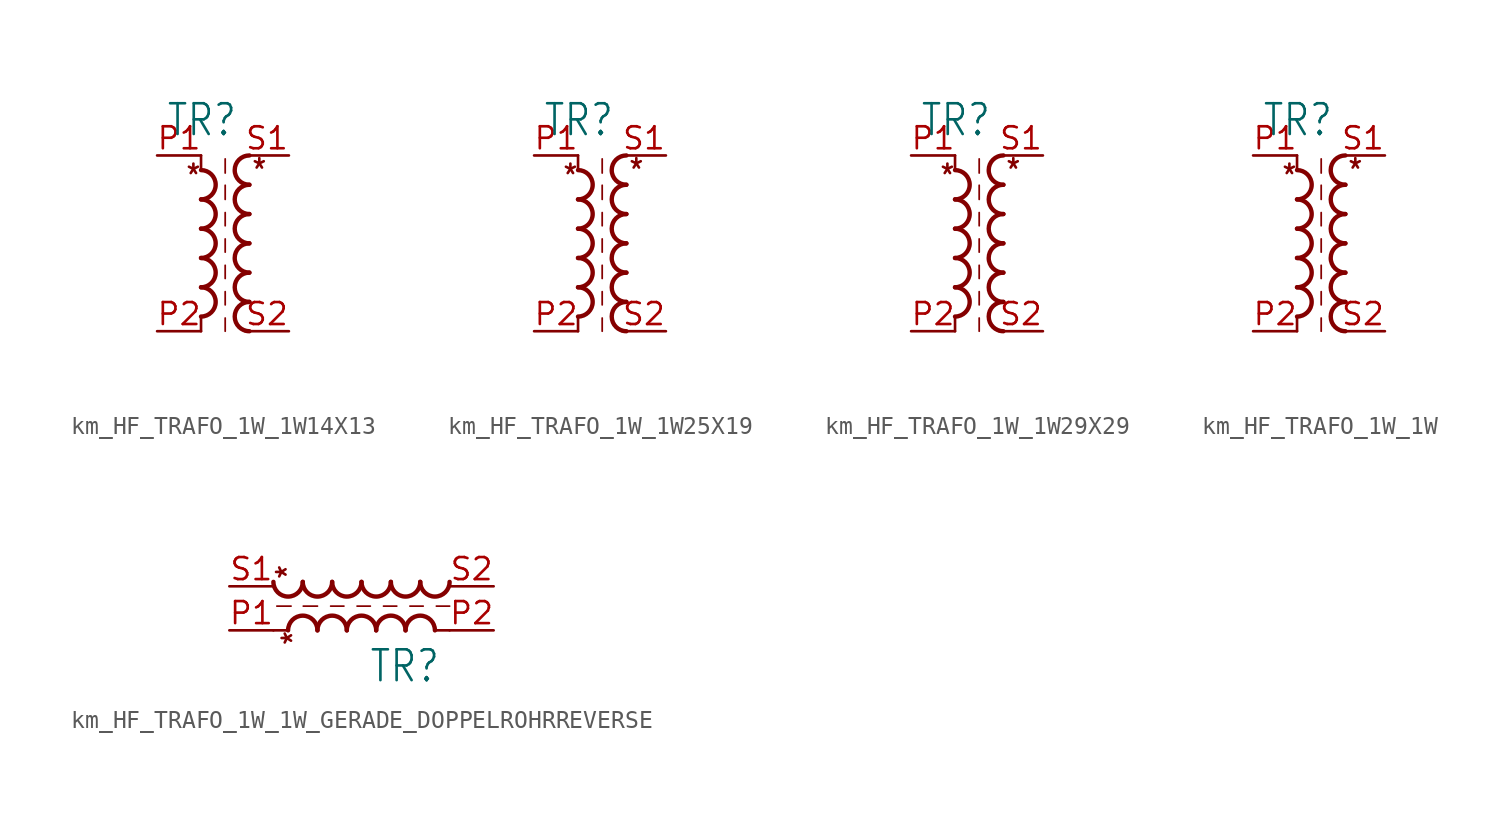
<source format=kicad_sym>
(kicad_symbol_lib
  (version 20231120)
  (generator "kicad_symbol_editor")
  (generator_version "8.0")
  (symbol "km_HF_TRAFO_1W_1W14X13"
    (property "Reference" "TR"
      (at -4.572 6.096 0)
      (effects (font (size 1.778 1.511)) (justify left bottom)))
    (property "Value" ""
      (at -4.572 -7.874 0)
      (effects (font (size 1.778 1.511)) (justify left bottom)))
    (property "ki_locked" ""
      (at 0 0 0)
      (effects (font (size 1.27 1.27))))
    (symbol "km_HF_TRAFO_1W_1W14X13_1_0"
      (arc (start -2.54 -4.2334) (mid -1.6933 -3.3867) (end -2.54 -2.54) (stroke (width 0.254) (type solid)) (fill (type none)))
      (arc (start -2.54 -2.54) (mid -1.6933 -1.6933) (end -2.54 -0.8466) (stroke (width 0.254) (type solid)) (fill (type none)))
      (arc (start -2.54 -0.8466) (mid -1.6934 0) (end -2.54 0.8466) (stroke (width 0.254) (type solid)) (fill (type none)))
      (arc (start -2.54 0.8466) (mid -1.6933 1.6933) (end -2.54 2.54) (stroke (width 0.254) (type solid)) (fill (type none)))
      (arc (start -2.54 2.54) (mid -1.6933 3.3867) (end -2.54 4.2334) (stroke (width 0.254) (type solid)) (fill (type none)))
      (polyline (pts (xy -2.54 -4.318) (xy -2.54 -5.08)) (stroke (width 0.152) (type solid)) (fill (type none)))
      (polyline (pts (xy -2.54 5.08) (xy -2.54 4.318)) (stroke (width 0.152) (type solid)) (fill (type none)))
      (polyline (pts (xy -1.143 -5.08) (xy -1.143 -4.318)) (stroke (width 0.102) (type solid)) (fill (type none)))
      (polyline (pts (xy -1.143 -3.556) (xy -1.143 -2.794)) (stroke (width 0.102) (type solid)) (fill (type none)))
      (polyline (pts (xy -1.143 -2.032) (xy -1.143 -1.27)) (stroke (width 0.102) (type solid)) (fill (type none)))
      (polyline (pts (xy -1.143 -0.508) (xy -1.143 0.254)) (stroke (width 0.102) (type solid)) (fill (type none)))
      (polyline (pts (xy -1.143 1.016) (xy -1.143 1.778)) (stroke (width 0.102) (type solid)) (fill (type none)))
      (polyline (pts (xy -1.143 2.54) (xy -1.143 3.356)) (stroke (width 0.102) (type solid)) (fill (type none)))
      (polyline (pts (xy -1.143 4.064) (xy -1.143 4.88)) (stroke (width 0.102) (type solid)) (fill (type none)))
      (arc (start 0.254 -3.3866) (mid -0.5927 -4.2333) (end 0.254 -5.08) (stroke (width 0.254) (type solid)) (fill (type none)))
      (arc (start 0.254 -1.6934) (mid -0.5926 -2.54) (end 0.254 -3.3866) (stroke (width 0.254) (type solid)) (fill (type none)))
      (arc (start 0.254 0) (mid -0.5927 -0.8467) (end 0.254 -1.6934) (stroke (width 0.254) (type solid)) (fill (type none)))
      (arc (start 0.254 1.6934) (mid -0.5927 0.8467) (end 0.254 0) (stroke (width 0.254) (type solid)) (fill (type none)))
      (arc (start 0.254 3.3866) (mid -0.5927 2.5399) (end 0.254 1.6932) (stroke (width 0.254) (type solid)) (fill (type none)))
      (arc (start 0.254 5.08) (mid -0.5927 4.2333) (end 0.254 3.3866) (stroke (width 0.254) (type solid)) (fill (type none)))
      (text "*" (at -3.493 3.175 0) (effects (font (size 1.27 1.079)) (justify left bottom)))
      (text "*" (at 0.318 3.493 0) (effects (font (size 1.27 1.079)) (justify left bottom)))
      (pin passive line (at -5.08 5.08 0) (length 2.54) (name "P1" (effects (font (size 0 0)))) (number "P1" (effects (font (size 1.27 1.27)))))
      (pin passive line (at -5.08 -5.08 0) (length 2.54) (name "P2" (effects (font (size 0 0)))) (number "P2" (effects (font (size 1.27 1.27)))))
      (pin passive line (at 2.54 5.08 180) (length 2.54) (name "S1" (effects (font (size 0 0)))) (number "S1" (effects (font (size 1.27 1.27)))))
      (pin passive line (at 2.54 -5.08 180) (length 2.54) (name "S2" (effects (font (size 0 0)))) (number "S2" (effects (font (size 1.27 1.27)))))))
  (symbol "km_HF_TRAFO_1W_1W25X19"
    (property "Reference" "TR"
      (at -4.572 6.096 0)
      (effects (font (size 1.778 1.511)) (justify left bottom)))
    (property "Value" ""
      (at -4.572 -7.874 0)
      (effects (font (size 1.778 1.511)) (justify left bottom)))
    (property "ki_locked" ""
      (at 0 0 0)
      (effects (font (size 1.27 1.27))))
    (symbol "km_HF_TRAFO_1W_1W25X19_1_0"
      (arc (start -2.54 -4.2334) (mid -1.6933 -3.3867) (end -2.54 -2.54) (stroke (width 0.254) (type solid)) (fill (type none)))
      (arc (start -2.54 -2.54) (mid -1.6933 -1.6933) (end -2.54 -0.8466) (stroke (width 0.254) (type solid)) (fill (type none)))
      (arc (start -2.54 -0.8466) (mid -1.6934 0) (end -2.54 0.8466) (stroke (width 0.254) (type solid)) (fill (type none)))
      (arc (start -2.54 0.8466) (mid -1.6933 1.6933) (end -2.54 2.54) (stroke (width 0.254) (type solid)) (fill (type none)))
      (arc (start -2.54 2.54) (mid -1.6933 3.3867) (end -2.54 4.2334) (stroke (width 0.254) (type solid)) (fill (type none)))
      (polyline (pts (xy -2.54 -4.318) (xy -2.54 -5.08)) (stroke (width 0.152) (type solid)) (fill (type none)))
      (polyline (pts (xy -2.54 5.08) (xy -2.54 4.318)) (stroke (width 0.152) (type solid)) (fill (type none)))
      (polyline (pts (xy -1.143 -5.08) (xy -1.143 -4.318)) (stroke (width 0.102) (type solid)) (fill (type none)))
      (polyline (pts (xy -1.143 -3.556) (xy -1.143 -2.794)) (stroke (width 0.102) (type solid)) (fill (type none)))
      (polyline (pts (xy -1.143 -2.032) (xy -1.143 -1.27)) (stroke (width 0.102) (type solid)) (fill (type none)))
      (polyline (pts (xy -1.143 -0.508) (xy -1.143 0.254)) (stroke (width 0.102) (type solid)) (fill (type none)))
      (polyline (pts (xy -1.143 1.016) (xy -1.143 1.778)) (stroke (width 0.102) (type solid)) (fill (type none)))
      (polyline (pts (xy -1.143 2.54) (xy -1.143 3.356)) (stroke (width 0.102) (type solid)) (fill (type none)))
      (polyline (pts (xy -1.143 4.064) (xy -1.143 4.88)) (stroke (width 0.102) (type solid)) (fill (type none)))
      (arc (start 0.254 -3.3866) (mid -0.5927 -4.2333) (end 0.254 -5.08) (stroke (width 0.254) (type solid)) (fill (type none)))
      (arc (start 0.254 -1.6934) (mid -0.5926 -2.54) (end 0.254 -3.3866) (stroke (width 0.254) (type solid)) (fill (type none)))
      (arc (start 0.254 0) (mid -0.5927 -0.8467) (end 0.254 -1.6934) (stroke (width 0.254) (type solid)) (fill (type none)))
      (arc (start 0.254 1.6934) (mid -0.5927 0.8467) (end 0.254 0) (stroke (width 0.254) (type solid)) (fill (type none)))
      (arc (start 0.254 3.3866) (mid -0.5927 2.5399) (end 0.254 1.6932) (stroke (width 0.254) (type solid)) (fill (type none)))
      (arc (start 0.254 5.08) (mid -0.5927 4.2333) (end 0.254 3.3866) (stroke (width 0.254) (type solid)) (fill (type none)))
      (text "*" (at -3.493 3.175 0) (effects (font (size 1.27 1.079)) (justify left bottom)))
      (text "*" (at 0.318 3.493 0) (effects (font (size 1.27 1.079)) (justify left bottom)))
      (pin passive line (at -5.08 5.08 0) (length 2.54) (name "P1" (effects (font (size 0 0)))) (number "P1" (effects (font (size 1.27 1.27)))))
      (pin passive line (at -5.08 -5.08 0) (length 2.54) (name "P2" (effects (font (size 0 0)))) (number "P2" (effects (font (size 1.27 1.27)))))
      (pin passive line (at 2.54 5.08 180) (length 2.54) (name "S1" (effects (font (size 0 0)))) (number "S1" (effects (font (size 1.27 1.27)))))
      (pin passive line (at 2.54 -5.08 180) (length 2.54) (name "S2" (effects (font (size 0 0)))) (number "S2" (effects (font (size 1.27 1.27)))))))
  (symbol "km_HF_TRAFO_1W_1W29X29"
    (property "Reference" "TR"
      (at -4.572 6.096 0)
      (effects (font (size 1.778 1.511)) (justify left bottom)))
    (property "Value" ""
      (at -4.572 -7.874 0)
      (effects (font (size 1.778 1.511)) (justify left bottom)))
    (property "ki_locked" ""
      (at 0 0 0)
      (effects (font (size 1.27 1.27))))
    (symbol "km_HF_TRAFO_1W_1W29X29_1_0"
      (arc (start -2.54 -4.2334) (mid -1.6933 -3.3867) (end -2.54 -2.54) (stroke (width 0.254) (type solid)) (fill (type none)))
      (arc (start -2.54 -2.54) (mid -1.6933 -1.6933) (end -2.54 -0.8466) (stroke (width 0.254) (type solid)) (fill (type none)))
      (arc (start -2.54 -0.8466) (mid -1.6934 0) (end -2.54 0.8466) (stroke (width 0.254) (type solid)) (fill (type none)))
      (arc (start -2.54 0.8466) (mid -1.6933 1.6933) (end -2.54 2.54) (stroke (width 0.254) (type solid)) (fill (type none)))
      (arc (start -2.54 2.54) (mid -1.6933 3.3867) (end -2.54 4.2334) (stroke (width 0.254) (type solid)) (fill (type none)))
      (polyline (pts (xy -2.54 -4.318) (xy -2.54 -5.08)) (stroke (width 0.152) (type solid)) (fill (type none)))
      (polyline (pts (xy -2.54 5.08) (xy -2.54 4.318)) (stroke (width 0.152) (type solid)) (fill (type none)))
      (polyline (pts (xy -1.143 -5.08) (xy -1.143 -4.318)) (stroke (width 0.102) (type solid)) (fill (type none)))
      (polyline (pts (xy -1.143 -3.556) (xy -1.143 -2.794)) (stroke (width 0.102) (type solid)) (fill (type none)))
      (polyline (pts (xy -1.143 -2.032) (xy -1.143 -1.27)) (stroke (width 0.102) (type solid)) (fill (type none)))
      (polyline (pts (xy -1.143 -0.508) (xy -1.143 0.254)) (stroke (width 0.102) (type solid)) (fill (type none)))
      (polyline (pts (xy -1.143 1.016) (xy -1.143 1.778)) (stroke (width 0.102) (type solid)) (fill (type none)))
      (polyline (pts (xy -1.143 2.54) (xy -1.143 3.356)) (stroke (width 0.102) (type solid)) (fill (type none)))
      (polyline (pts (xy -1.143 4.064) (xy -1.143 4.88)) (stroke (width 0.102) (type solid)) (fill (type none)))
      (arc (start 0.254 -3.3866) (mid -0.5927 -4.2333) (end 0.254 -5.08) (stroke (width 0.254) (type solid)) (fill (type none)))
      (arc (start 0.254 -1.6934) (mid -0.5926 -2.54) (end 0.254 -3.3866) (stroke (width 0.254) (type solid)) (fill (type none)))
      (arc (start 0.254 0) (mid -0.5927 -0.8467) (end 0.254 -1.6934) (stroke (width 0.254) (type solid)) (fill (type none)))
      (arc (start 0.254 1.6934) (mid -0.5927 0.8467) (end 0.254 0) (stroke (width 0.254) (type solid)) (fill (type none)))
      (arc (start 0.254 3.3866) (mid -0.5927 2.5399) (end 0.254 1.6932) (stroke (width 0.254) (type solid)) (fill (type none)))
      (arc (start 0.254 5.08) (mid -0.5927 4.2333) (end 0.254 3.3866) (stroke (width 0.254) (type solid)) (fill (type none)))
      (text "*" (at -3.493 3.175 0) (effects (font (size 1.27 1.079)) (justify left bottom)))
      (text "*" (at 0.318 3.493 0) (effects (font (size 1.27 1.079)) (justify left bottom)))
      (pin passive line (at -5.08 5.08 0) (length 2.54) (name "P1" (effects (font (size 0 0)))) (number "P1" (effects (font (size 1.27 1.27)))))
      (pin passive line (at -5.08 -5.08 0) (length 2.54) (name "P2" (effects (font (size 0 0)))) (number "P2" (effects (font (size 1.27 1.27)))))
      (pin passive line (at 2.54 5.08 180) (length 2.54) (name "S1" (effects (font (size 0 0)))) (number "S1" (effects (font (size 1.27 1.27)))))
      (pin passive line (at 2.54 -5.08 180) (length 2.54) (name "S2" (effects (font (size 0 0)))) (number "S2" (effects (font (size 1.27 1.27)))))))
  (symbol "km_HF_TRAFO_1W_1W"
    (property "Reference" "TR"
      (at -4.572 6.096 0)
      (effects (font (size 1.778 1.511)) (justify left bottom)))
    (property "Value" ""
      (at -4.572 -7.874 0)
      (effects (font (size 1.778 1.511)) (justify left bottom)))
    (property "ki_locked" ""
      (at 0 0 0)
      (effects (font (size 1.27 1.27))))
    (symbol "km_HF_TRAFO_1W_1W_1_0"
      (arc (start -2.54 -4.2334) (mid -1.6933 -3.3867) (end -2.54 -2.54) (stroke (width 0.254) (type solid)) (fill (type none)))
      (arc (start -2.54 -2.54) (mid -1.6933 -1.6933) (end -2.54 -0.8466) (stroke (width 0.254) (type solid)) (fill (type none)))
      (arc (start -2.54 -0.8466) (mid -1.6934 0) (end -2.54 0.8466) (stroke (width 0.254) (type solid)) (fill (type none)))
      (arc (start -2.54 0.8466) (mid -1.6933 1.6933) (end -2.54 2.54) (stroke (width 0.254) (type solid)) (fill (type none)))
      (arc (start -2.54 2.54) (mid -1.6933 3.3867) (end -2.54 4.2334) (stroke (width 0.254) (type solid)) (fill (type none)))
      (polyline (pts (xy -2.54 -4.318) (xy -2.54 -5.08)) (stroke (width 0.152) (type solid)) (fill (type none)))
      (polyline (pts (xy -2.54 5.08) (xy -2.54 4.318)) (stroke (width 0.152) (type solid)) (fill (type none)))
      (polyline (pts (xy -1.143 -5.08) (xy -1.143 -4.318)) (stroke (width 0.102) (type solid)) (fill (type none)))
      (polyline (pts (xy -1.143 -3.556) (xy -1.143 -2.794)) (stroke (width 0.102) (type solid)) (fill (type none)))
      (polyline (pts (xy -1.143 -2.032) (xy -1.143 -1.27)) (stroke (width 0.102) (type solid)) (fill (type none)))
      (polyline (pts (xy -1.143 -0.508) (xy -1.143 0.254)) (stroke (width 0.102) (type solid)) (fill (type none)))
      (polyline (pts (xy -1.143 1.016) (xy -1.143 1.778)) (stroke (width 0.102) (type solid)) (fill (type none)))
      (polyline (pts (xy -1.143 2.54) (xy -1.143 3.356)) (stroke (width 0.102) (type solid)) (fill (type none)))
      (polyline (pts (xy -1.143 4.064) (xy -1.143 4.88)) (stroke (width 0.102) (type solid)) (fill (type none)))
      (arc (start 0.254 -3.3866) (mid -0.5927 -4.2333) (end 0.254 -5.08) (stroke (width 0.254) (type solid)) (fill (type none)))
      (arc (start 0.254 -1.6934) (mid -0.5926 -2.54) (end 0.254 -3.3866) (stroke (width 0.254) (type solid)) (fill (type none)))
      (arc (start 0.254 0) (mid -0.5927 -0.8467) (end 0.254 -1.6934) (stroke (width 0.254) (type solid)) (fill (type none)))
      (arc (start 0.254 1.6934) (mid -0.5927 0.8467) (end 0.254 0) (stroke (width 0.254) (type solid)) (fill (type none)))
      (arc (start 0.254 3.3866) (mid -0.5927 2.5399) (end 0.254 1.6932) (stroke (width 0.254) (type solid)) (fill (type none)))
      (arc (start 0.254 5.08) (mid -0.5927 4.2333) (end 0.254 3.3866) (stroke (width 0.254) (type solid)) (fill (type none)))
      (text "*" (at -3.493 3.175 0) (effects (font (size 1.27 1.079)) (justify left bottom)))
      (text "*" (at 0.318 3.493 0) (effects (font (size 1.27 1.079)) (justify left bottom)))
      (pin passive line (at -5.08 5.08 0) (length 2.54) (name "P1" (effects (font (size 0 0)))) (number "P1" (effects (font (size 1.27 1.27)))))
      (pin passive line (at -5.08 -5.08 0) (length 2.54) (name "P2" (effects (font (size 0 0)))) (number "P2" (effects (font (size 1.27 1.27)))))
      (pin passive line (at 2.54 5.08 180) (length 2.54) (name "S1" (effects (font (size 0 0)))) (number "S1" (effects (font (size 1.27 1.27)))))
      (pin passive line (at 2.54 -5.08 180) (length 2.54) (name "S2" (effects (font (size 0 0)))) (number "S2" (effects (font (size 1.27 1.27)))))))
  (symbol "km_HF_TRAFO_1W_1W_GERADE_DOPPELROHRREVERSE"
    (property "Reference" "TR"
      (at 4.572 -1.016 0)
      (effects (font (size 1.778 1.511)) (justify right top)))
    (property "Value" ""
      (at 4.572 5.334 0)
      (effects (font (size 1.778 1.511)) (justify right top)))
    (property "ki_locked" ""
      (at 0 0 0)
      (effects (font (size 1.27 1.27))))
    (symbol "km_HF_TRAFO_1W_1W_GERADE_DOPPELROHRREVERSE_1_0"
      (arc (start -5.08 2.794) (mid -4.2333 1.9473) (end -3.3866 2.794) (stroke (width 0.254) (type solid)) (fill (type none)))
      (arc (start -3.3866 2.794) (mid -2.5399 1.9473) (end -1.6932 2.794) (stroke (width 0.254) (type solid)) (fill (type none)))
      (arc (start -2.54 0) (mid -3.3867 0.8467) (end -4.2334 0) (stroke (width 0.254) (type solid)) (fill (type none)))
      (arc (start -1.6934 2.794) (mid -0.8467 1.9473) (end 0 2.794) (stroke (width 0.254) (type solid)) (fill (type none)))
      (arc (start -0.8466 0) (mid -1.6933 0.8467) (end -2.54 0) (stroke (width 0.254) (type solid)) (fill (type none)))
      (polyline (pts (xy -5.08 0) (xy -4.318 0)) (stroke (width 0.152) (type solid)) (fill (type none)))
      (polyline (pts (xy -4.064 1.397) (xy -4.88 1.397)) (stroke (width 0.102) (type solid)) (fill (type none)))
      (polyline (pts (xy -2.54 1.397) (xy -3.356 1.397)) (stroke (width 0.102) (type solid)) (fill (type none)))
      (polyline (pts (xy -1.016 1.397) (xy -1.778 1.397)) (stroke (width 0.102) (type solid)) (fill (type none)))
      (polyline (pts (xy 0.508 1.397) (xy -0.254 1.397)) (stroke (width 0.102) (type solid)) (fill (type none)))
      (polyline (pts (xy 2.032 1.397) (xy 1.27 1.397)) (stroke (width 0.102) (type solid)) (fill (type none)))
      (polyline (pts (xy 3.556 1.397) (xy 2.794 1.397)) (stroke (width 0.102) (type solid)) (fill (type none)))
      (polyline (pts (xy 4.318 0) (xy 5.08 0)) (stroke (width 0.152) (type solid)) (fill (type none)))
      (polyline (pts (xy 5.08 1.397) (xy 4.318 1.397)) (stroke (width 0.102) (type solid)) (fill (type none)))
      (arc (start 0 2.794) (mid 0.8467 1.9473) (end 1.6934 2.794) (stroke (width 0.254) (type solid)) (fill (type none)))
      (arc (start 0.8466 0) (mid 0 0.8466) (end -0.8466 0) (stroke (width 0.254) (type solid)) (fill (type none)))
      (arc (start 1.6934 2.794) (mid 2.54 1.9474) (end 3.3866 2.794) (stroke (width 0.254) (type solid)) (fill (type none)))
      (arc (start 2.54 0) (mid 1.6933 0.8467) (end 0.8466 0) (stroke (width 0.254) (type solid)) (fill (type none)))
      (arc (start 3.3866 2.794) (mid 4.2333 1.9473) (end 5.08 2.794) (stroke (width 0.254) (type solid)) (fill (type none)))
      (arc (start 4.2334 0) (mid 3.3867 0.8467) (end 2.54 0) (stroke (width 0.254) (type solid)) (fill (type none)))
      (text "*" (at -3.493 2.857 900) (effects (font (size 1.27 1.079)) (justify left bottom)))
      (text "*" (at -3.175 -0.953 900) (effects (font (size 1.27 1.079)) (justify left bottom)))
      (pin passive line (at -7.62 0 0) (length 2.54) (name "P1" (effects (font (size 0 0)))) (number "P1" (effects (font (size 1.27 1.27)))))
      (pin passive line (at 7.62 0 180) (length 2.54) (name "P2" (effects (font (size 0 0)))) (number "P2" (effects (font (size 1.27 1.27)))))
      (pin passive line (at -7.62 2.54 0) (length 2.54) (name "S1" (effects (font (size 0 0)))) (number "S1" (effects (font (size 1.27 1.27)))))
      (pin passive line (at 7.62 2.54 180) (length 2.54) (name "S2" (effects (font (size 0 0)))) (number "S2" (effects (font (size 1.27 1.27))))))))
</source>
